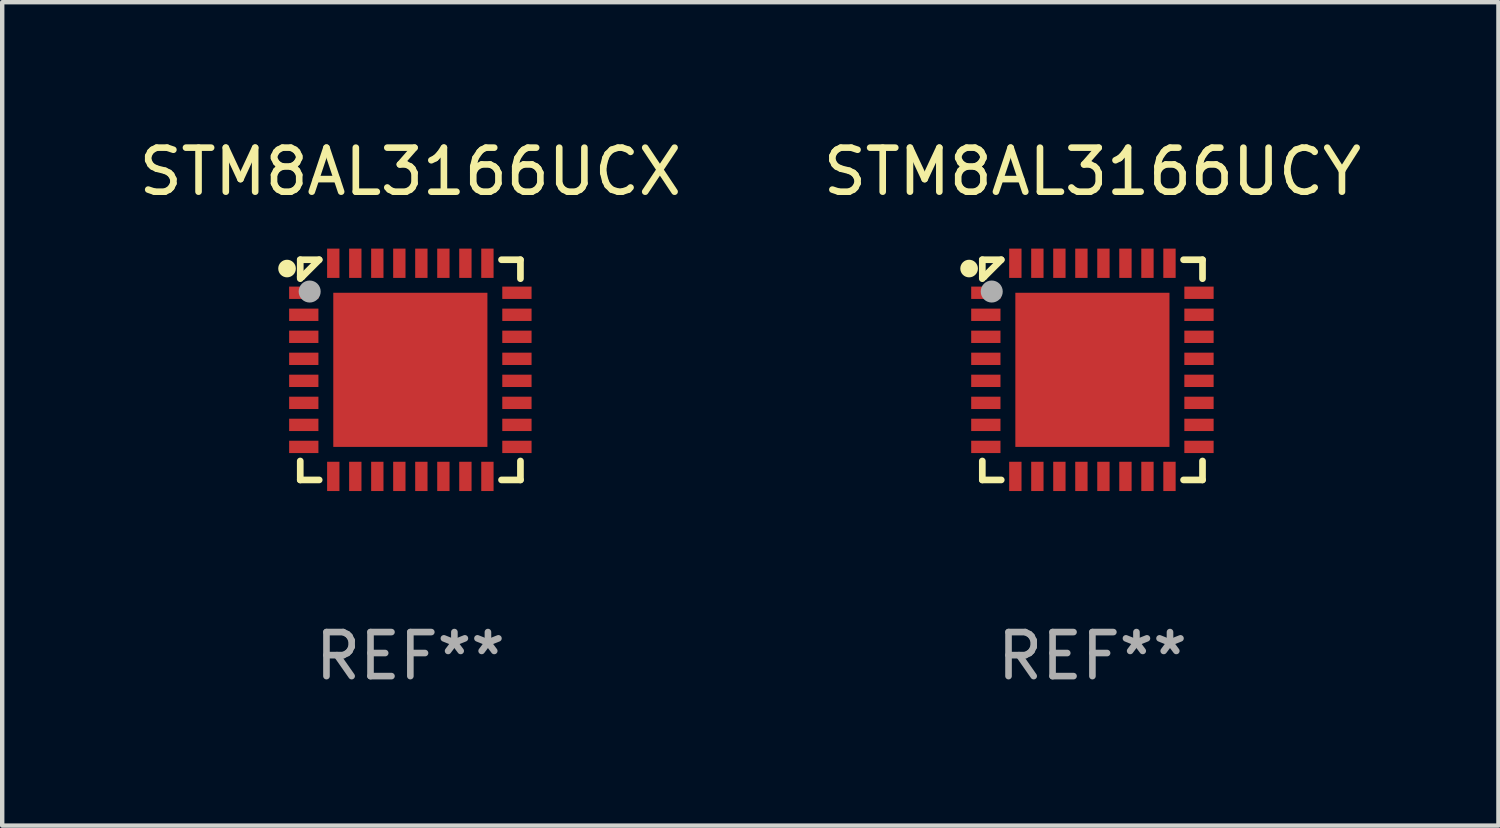
<source format=kicad_pcb>
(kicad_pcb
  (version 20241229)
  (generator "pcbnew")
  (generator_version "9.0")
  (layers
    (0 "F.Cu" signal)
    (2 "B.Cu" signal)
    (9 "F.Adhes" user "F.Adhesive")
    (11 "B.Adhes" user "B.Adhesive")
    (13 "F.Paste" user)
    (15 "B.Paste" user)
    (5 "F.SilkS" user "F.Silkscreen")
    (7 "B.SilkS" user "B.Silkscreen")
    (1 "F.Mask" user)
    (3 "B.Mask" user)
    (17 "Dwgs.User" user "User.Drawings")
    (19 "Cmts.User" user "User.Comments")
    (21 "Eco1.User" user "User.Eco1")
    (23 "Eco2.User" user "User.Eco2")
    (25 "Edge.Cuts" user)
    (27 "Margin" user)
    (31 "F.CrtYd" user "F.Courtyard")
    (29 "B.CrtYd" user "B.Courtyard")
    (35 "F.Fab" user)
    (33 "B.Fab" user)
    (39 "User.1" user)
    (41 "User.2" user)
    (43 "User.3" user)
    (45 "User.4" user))
  (footprint "STM8AL3166UCX"
    (layer "F.Cu")
    (at 6.268 5.348)
    (property "Reference" "STM8AL3166UCX" (at 0 -4.5 0) (layer "F.SilkS") (effects (font (size 1 1) (thickness 0.15))))
    (attr through_hole)
    (fp_line (start -2.5 -2.5) (end -2.07 -2.5) (stroke (width 0.152) (type solid)) (layer "F.SilkS"))
    (fp_line (start -2.5 -2.11) (end -2.5 -2.5) (stroke (width 0.152) (type solid)) (layer "F.SilkS"))
    (fp_line (start -2.5 -2.11) (end -2.5 -2.07) (stroke (width 0.152) (type solid)) (layer "F.SilkS"))
    (fp_line (start -2.5 -2.11) (end -2.46 -2.11) (stroke (width 0.152) (type solid)) (layer "F.SilkS"))
    (fp_line (start -2.5 2.5) (end -2.5 2.07) (stroke (width 0.152) (type solid)) (layer "F.SilkS"))
    (fp_line (start -2.46 -2.11) (end -2.07 -2.5) (stroke (width 0.152) (type solid)) (layer "F.SilkS"))
    (fp_line (start -2.07 2.5) (end -2.5 2.5) (stroke (width 0.152) (type solid)) (layer "F.SilkS"))
    (fp_line (start 2.07 -2.5) (end 2.5 -2.5) (stroke (width 0.152) (type solid)) (layer "F.SilkS"))
    (fp_line (start 2.5 -2.5) (end 2.5 -2.07) (stroke (width 0.152) (type solid)) (layer "F.SilkS"))
    (fp_line (start 2.5 2.07) (end 2.5 2.5) (stroke (width 0.152) (type solid)) (layer "F.SilkS"))
    (fp_line (start 2.5 2.5) (end 2.07 2.5) (stroke (width 0.152) (type solid)) (layer "F.SilkS"))
    (fp_circle (center -2.8 -2.3) (end -2.7 -2.3) (stroke (width 0.2) (type solid)) (fill no) (layer "F.SilkS"))
    (fp_circle (center -2.5 -2.5) (end -2.47 -2.5) (stroke (width 0.06) (type solid)) (fill no) (layer "F.SilkS"))
    (fp_circle (center -2.286 -1.778) (end -2.161 -1.778) (stroke (width 0.25) (type solid)) (fill no) (layer "F.Fab"))
    (fp_text user "REF**" (at 0 6.5 0) (layer "F.Fab") (effects (font (size 1 1) (thickness 0.15))))
    (pad "1" smd rect (at -2.42 -1.75 270) (size 0.28 0.665) (layers "F.Cu" "F.Mask" "F.Paste"))
    (pad "2" smd rect (at -2.42 -1.25 270) (size 0.28 0.665) (layers "F.Cu" "F.Mask" "F.Paste"))
    (pad "3" smd rect (at -2.42 -0.75 270) (size 0.28 0.665) (layers "F.Cu" "F.Mask" "F.Paste"))
    (pad "4" smd rect (at -2.42 -0.25 270) (size 0.28 0.665) (layers "F.Cu" "F.Mask" "F.Paste"))
    (pad "5" smd rect (at -2.42 0.25 270) (size 0.28 0.665) (layers "F.Cu" "F.Mask" "F.Paste"))
    (pad "6" smd rect (at -2.42 0.75 270) (size 0.28 0.665) (layers "F.Cu" "F.Mask" "F.Paste"))
    (pad "7" smd rect (at -2.42 1.25 270) (size 0.28 0.665) (layers "F.Cu" "F.Mask" "F.Paste"))
    (pad "8" smd rect (at -2.42 1.75 270) (size 0.28 0.665) (layers "F.Cu" "F.Mask" "F.Paste"))
    (pad "9" smd rect (at -1.75 2.42 270) (size 0.665 0.28) (layers "F.Cu" "F.Mask" "F.Paste"))
    (pad "10" smd rect (at -1.25 2.42 270) (size 0.665 0.28) (layers "F.Cu" "F.Mask" "F.Paste"))
    (pad "11" smd rect (at -0.75 2.42 270) (size 0.665 0.28) (layers "F.Cu" "F.Mask" "F.Paste"))
    (pad "12" smd rect (at -0.25 2.42 270) (size 0.665 0.28) (layers "F.Cu" "F.Mask" "F.Paste"))
    (pad "13" smd rect (at 0.25 2.42 270) (size 0.665 0.28) (layers "F.Cu" "F.Mask" "F.Paste"))
    (pad "14" smd rect (at 0.75 2.42 270) (size 0.665 0.28) (layers "F.Cu" "F.Mask" "F.Paste"))
    (pad "15" smd rect (at 1.25 2.42 270) (size 0.665 0.28) (layers "F.Cu" "F.Mask" "F.Paste"))
    (pad "16" smd rect (at 1.75 2.42 270) (size 0.665 0.28) (layers "F.Cu" "F.Mask" "F.Paste"))
    (pad "17" smd rect (at 2.42 1.75 270) (size 0.28 0.665) (layers "F.Cu" "F.Mask" "F.Paste"))
    (pad "18" smd rect (at 2.42 1.25 270) (size 0.28 0.665) (layers "F.Cu" "F.Mask" "F.Paste"))
    (pad "19" smd rect (at 2.42 0.75 270) (size 0.28 0.665) (layers "F.Cu" "F.Mask" "F.Paste"))
    (pad "20" smd rect (at 2.42 0.25 270) (size 0.28 0.665) (layers "F.Cu" "F.Mask" "F.Paste"))
    (pad "21" smd rect (at 2.42 -0.25 270) (size 0.28 0.665) (layers "F.Cu" "F.Mask" "F.Paste"))
    (pad "22" smd rect (at 2.42 -0.75 270) (size 0.28 0.665) (layers "F.Cu" "F.Mask" "F.Paste"))
    (pad "23" smd rect (at 2.42 -1.25 270) (size 0.28 0.665) (layers "F.Cu" "F.Mask" "F.Paste"))
    (pad "24" smd rect (at 2.42 -1.75 270) (size 0.28 0.665) (layers "F.Cu" "F.Mask" "F.Paste"))
    (pad "25" smd rect (at 1.75 -2.42 270) (size 0.665 0.28) (layers "F.Cu" "F.Mask" "F.Paste"))
    (pad "26" smd rect (at 1.25 -2.42 270) (size 0.665 0.28) (layers "F.Cu" "F.Mask" "F.Paste"))
    (pad "27" smd rect (at 0.75 -2.42 270) (size 0.665 0.28) (layers "F.Cu" "F.Mask" "F.Paste"))
    (pad "28" smd rect (at 0.25 -2.42 270) (size 0.665 0.28) (layers "F.Cu" "F.Mask" "F.Paste"))
    (pad "29" smd rect (at -0.25 -2.42 270) (size 0.665 0.28) (layers "F.Cu" "F.Mask" "F.Paste"))
    (pad "30" smd rect (at -0.75 -2.42 270) (size 0.665 0.28) (layers "F.Cu" "F.Mask" "F.Paste"))
    (pad "31" smd rect (at -1.25 -2.42 270) (size 0.665 0.28) (layers "F.Cu" "F.Mask" "F.Paste"))
    (pad "32" smd rect (at -1.75 -2.42 270) (size 0.665 0.28) (layers "F.Cu" "F.Mask" "F.Paste"))
    (pad "33" smd rect (at 0 0 270) (size 3.5 3.5) (layers "F.Cu" "F.Mask" "F.Paste")))
  (footprint "STM8AL3166UCY"
    (layer "F.Cu")
    (at 21.756 5.348)
    (property "Reference" "STM8AL3166UCY" (at 0 -4.5 0) (layer "F.SilkS") (effects (font (size 1 1) (thickness 0.15))))
    (attr through_hole)
    (fp_line (start -2.5 -2.5) (end -2.07 -2.5) (stroke (width 0.152) (type solid)) (layer "F.SilkS"))
    (fp_line (start -2.5 -2.11) (end -2.5 -2.5) (stroke (width 0.152) (type solid)) (layer "F.SilkS"))
    (fp_line (start -2.5 -2.11) (end -2.5 -2.07) (stroke (width 0.152) (type solid)) (layer "F.SilkS"))
    (fp_line (start -2.5 -2.11) (end -2.46 -2.11) (stroke (width 0.152) (type solid)) (layer "F.SilkS"))
    (fp_line (start -2.5 2.5) (end -2.5 2.07) (stroke (width 0.152) (type solid)) (layer "F.SilkS"))
    (fp_line (start -2.46 -2.11) (end -2.07 -2.5) (stroke (width 0.152) (type solid)) (layer "F.SilkS"))
    (fp_line (start -2.07 2.5) (end -2.5 2.5) (stroke (width 0.152) (type solid)) (layer "F.SilkS"))
    (fp_line (start 2.07 -2.5) (end 2.5 -2.5) (stroke (width 0.152) (type solid)) (layer "F.SilkS"))
    (fp_line (start 2.5 -2.5) (end 2.5 -2.07) (stroke (width 0.152) (type solid)) (layer "F.SilkS"))
    (fp_line (start 2.5 2.07) (end 2.5 2.5) (stroke (width 0.152) (type solid)) (layer "F.SilkS"))
    (fp_line (start 2.5 2.5) (end 2.07 2.5) (stroke (width 0.152) (type solid)) (layer "F.SilkS"))
    (fp_circle (center -2.8 -2.3) (end -2.7 -2.3) (stroke (width 0.2) (type solid)) (fill no) (layer "F.SilkS"))
    (fp_circle (center -2.5 -2.5) (end -2.47 -2.5) (stroke (width 0.06) (type solid)) (fill no) (layer "F.SilkS"))
    (fp_circle (center -2.286 -1.778) (end -2.161 -1.778) (stroke (width 0.25) (type solid)) (fill no) (layer "F.Fab"))
    (fp_text user "REF**" (at 0 6.5 0) (layer "F.Fab") (effects (font (size 1 1) (thickness 0.15))))
    (pad "1" smd rect (at -2.42 -1.75 270) (size 0.28 0.665) (layers "F.Cu" "F.Mask" "F.Paste"))
    (pad "2" smd rect (at -2.42 -1.25 270) (size 0.28 0.665) (layers "F.Cu" "F.Mask" "F.Paste"))
    (pad "3" smd rect (at -2.42 -0.75 270) (size 0.28 0.665) (layers "F.Cu" "F.Mask" "F.Paste"))
    (pad "4" smd rect (at -2.42 -0.25 270) (size 0.28 0.665) (layers "F.Cu" "F.Mask" "F.Paste"))
    (pad "5" smd rect (at -2.42 0.25 270) (size 0.28 0.665) (layers "F.Cu" "F.Mask" "F.Paste"))
    (pad "6" smd rect (at -2.42 0.75 270) (size 0.28 0.665) (layers "F.Cu" "F.Mask" "F.Paste"))
    (pad "7" smd rect (at -2.42 1.25 270) (size 0.28 0.665) (layers "F.Cu" "F.Mask" "F.Paste"))
    (pad "8" smd rect (at -2.42 1.75 270) (size 0.28 0.665) (layers "F.Cu" "F.Mask" "F.Paste"))
    (pad "9" smd rect (at -1.75 2.42 270) (size 0.665 0.28) (layers "F.Cu" "F.Mask" "F.Paste"))
    (pad "10" smd rect (at -1.25 2.42 270) (size 0.665 0.28) (layers "F.Cu" "F.Mask" "F.Paste"))
    (pad "11" smd rect (at -0.75 2.42 270) (size 0.665 0.28) (layers "F.Cu" "F.Mask" "F.Paste"))
    (pad "12" smd rect (at -0.25 2.42 270) (size 0.665 0.28) (layers "F.Cu" "F.Mask" "F.Paste"))
    (pad "13" smd rect (at 0.25 2.42 270) (size 0.665 0.28) (layers "F.Cu" "F.Mask" "F.Paste"))
    (pad "14" smd rect (at 0.75 2.42 270) (size 0.665 0.28) (layers "F.Cu" "F.Mask" "F.Paste"))
    (pad "15" smd rect (at 1.25 2.42 270) (size 0.665 0.28) (layers "F.Cu" "F.Mask" "F.Paste"))
    (pad "16" smd rect (at 1.75 2.42 270) (size 0.665 0.28) (layers "F.Cu" "F.Mask" "F.Paste"))
    (pad "17" smd rect (at 2.42 1.75 270) (size 0.28 0.665) (layers "F.Cu" "F.Mask" "F.Paste"))
    (pad "18" smd rect (at 2.42 1.25 270) (size 0.28 0.665) (layers "F.Cu" "F.Mask" "F.Paste"))
    (pad "19" smd rect (at 2.42 0.75 270) (size 0.28 0.665) (layers "F.Cu" "F.Mask" "F.Paste"))
    (pad "20" smd rect (at 2.42 0.25 270) (size 0.28 0.665) (layers "F.Cu" "F.Mask" "F.Paste"))
    (pad "21" smd rect (at 2.42 -0.25 270) (size 0.28 0.665) (layers "F.Cu" "F.Mask" "F.Paste"))
    (pad "22" smd rect (at 2.42 -0.75 270) (size 0.28 0.665) (layers "F.Cu" "F.Mask" "F.Paste"))
    (pad "23" smd rect (at 2.42 -1.25 270) (size 0.28 0.665) (layers "F.Cu" "F.Mask" "F.Paste"))
    (pad "24" smd rect (at 2.42 -1.75 270) (size 0.28 0.665) (layers "F.Cu" "F.Mask" "F.Paste"))
    (pad "25" smd rect (at 1.75 -2.42 270) (size 0.665 0.28) (layers "F.Cu" "F.Mask" "F.Paste"))
    (pad "26" smd rect (at 1.25 -2.42 270) (size 0.665 0.28) (layers "F.Cu" "F.Mask" "F.Paste"))
    (pad "27" smd rect (at 0.75 -2.42 270) (size 0.665 0.28) (layers "F.Cu" "F.Mask" "F.Paste"))
    (pad "28" smd rect (at 0.25 -2.42 270) (size 0.665 0.28) (layers "F.Cu" "F.Mask" "F.Paste"))
    (pad "29" smd rect (at -0.25 -2.42 270) (size 0.665 0.28) (layers "F.Cu" "F.Mask" "F.Paste"))
    (pad "30" smd rect (at -0.75 -2.42 270) (size 0.665 0.28) (layers "F.Cu" "F.Mask" "F.Paste"))
    (pad "31" smd rect (at -1.25 -2.42 270) (size 0.665 0.28) (layers "F.Cu" "F.Mask" "F.Paste"))
    (pad "32" smd rect (at -1.75 -2.42 270) (size 0.665 0.28) (layers "F.Cu" "F.Mask" "F.Paste"))
    (pad "33" smd rect (at 0 0 270) (size 3.5 3.5) (layers "F.Cu" "F.Mask" "F.Paste")))
  (gr_rect
    (start -3 -3)
    (end 30.976 15.697)
    (stroke (width 0.1) (type default))
    (fill no)
    (layer "Edge.Cuts")))
</source>
